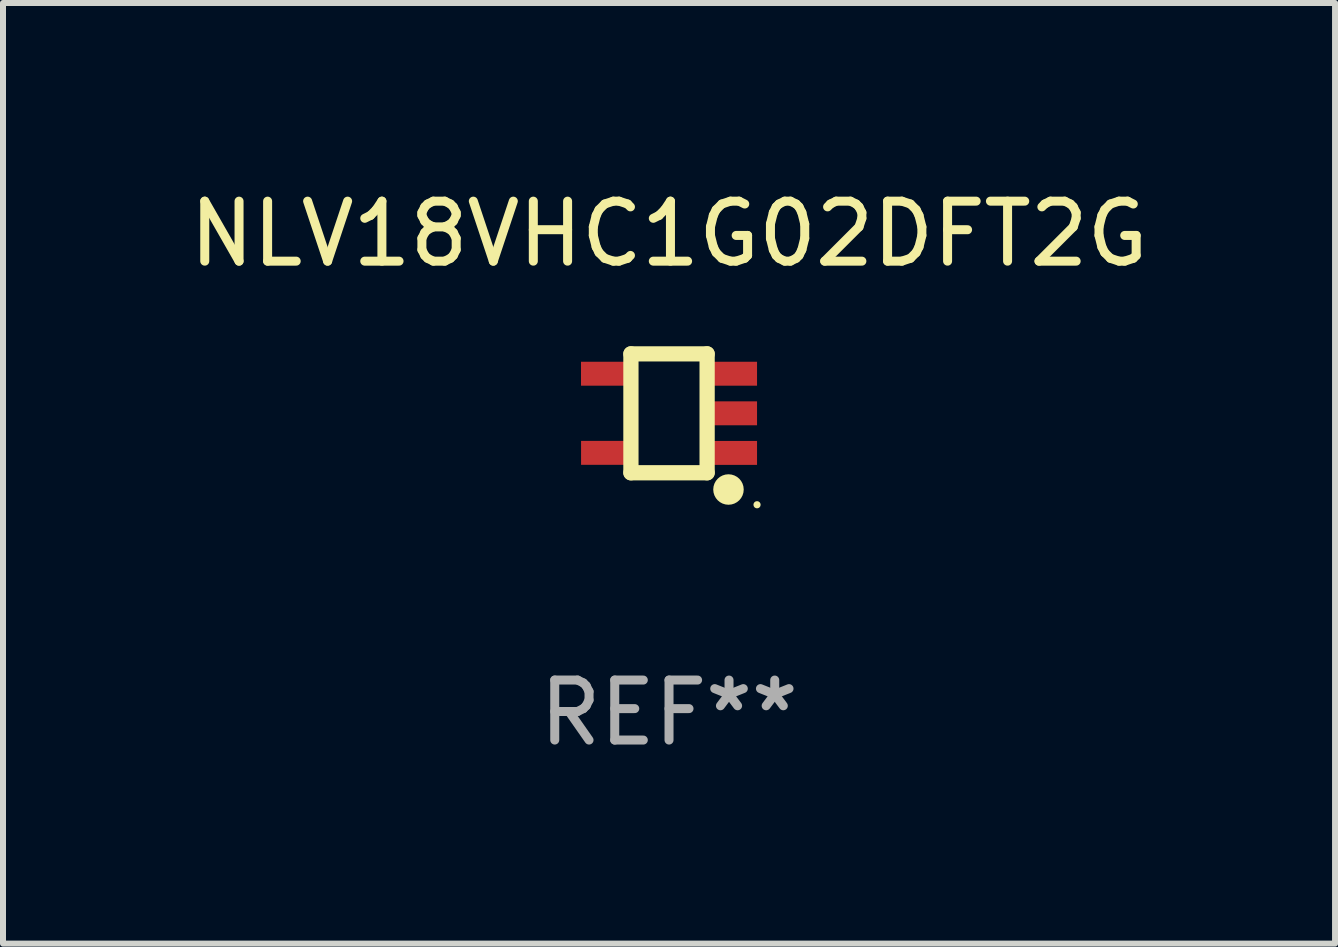
<source format=kicad_pcb>
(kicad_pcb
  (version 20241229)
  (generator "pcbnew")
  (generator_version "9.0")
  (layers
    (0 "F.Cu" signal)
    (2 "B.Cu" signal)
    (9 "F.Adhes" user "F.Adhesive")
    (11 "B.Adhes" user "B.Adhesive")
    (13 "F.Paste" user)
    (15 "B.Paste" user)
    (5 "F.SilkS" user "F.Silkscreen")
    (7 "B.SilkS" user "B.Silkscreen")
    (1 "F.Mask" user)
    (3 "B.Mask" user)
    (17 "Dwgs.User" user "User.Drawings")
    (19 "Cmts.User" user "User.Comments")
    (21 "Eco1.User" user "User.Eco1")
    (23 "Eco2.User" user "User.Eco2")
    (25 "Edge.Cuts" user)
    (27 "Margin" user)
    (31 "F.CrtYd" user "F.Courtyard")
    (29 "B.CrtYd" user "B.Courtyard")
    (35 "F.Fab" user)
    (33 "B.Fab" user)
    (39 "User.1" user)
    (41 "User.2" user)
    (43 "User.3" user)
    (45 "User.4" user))
  (footprint "NLV18VHC1G02DFT2G"
    (layer "F.Cu")
    (at 8.101 3.839)
    (property "Reference" "NLV18VHC1G02DFT2G" (at 0 -2.991 0) (layer "F.SilkS") (effects (font (size 1 1) (thickness 0.15))))
    (attr through_hole)
    (fp_line (start -0.635 -0.991) (end 0.635 -0.991) (stroke (width 0.254) (type solid)) (layer "F.SilkS"))
    (fp_line (start -0.635 0.991) (end -0.635 -0.991) (stroke (width 0.254) (type solid)) (layer "F.SilkS"))
    (fp_line (start 0.635 -0.991) (end 0.635 0.991) (stroke (width 0.254) (type solid)) (layer "F.SilkS"))
    (fp_line (start 0.635 0.991) (end -0.635 0.991) (stroke (width 0.254) (type solid)) (layer "F.SilkS"))
    (fp_circle (center 0.991 1.27) (end 1.118 1.27) (stroke (width 0.254) (type solid)) (fill no) (layer "F.SilkS"))
    (fp_circle (center 1.467 1.524) (end 1.497 1.524) (stroke (width 0.06) (type solid)) (fill no) (layer "F.SilkS"))
    (fp_text user "REF**" (at 0 4.991 0) (layer "F.Fab") (effects (font (size 1 1) (thickness 0.15))))
    (pad "1" smd rect (at 1.067 0.66 180) (size 0.8 0.399) (layers "F.Cu" "F.Mask" "F.Paste"))
    (pad "2" smd rect (at 1.067 0 180) (size 0.8 0.399) (layers "F.Cu" "F.Mask" "F.Paste"))
    (pad "3" smd rect (at 1.067 -0.66 180) (size 0.8 0.399) (layers "F.Cu" "F.Mask" "F.Paste"))
    (pad "4" smd rect (at -1.067 -0.66 180) (size 0.8 0.399) (layers "F.Cu" "F.Mask" "F.Paste"))
    (pad "5" smd rect (at -1.066 0.659 180) (size 0.8 0.399) (layers "F.Cu" "F.Mask" "F.Paste")))
  (gr_rect
    (start -3 -3)
    (end 19.202 12.678)
    (stroke (width 0.1) (type default))
    (fill no)
    (layer "Edge.Cuts")))
</source>
